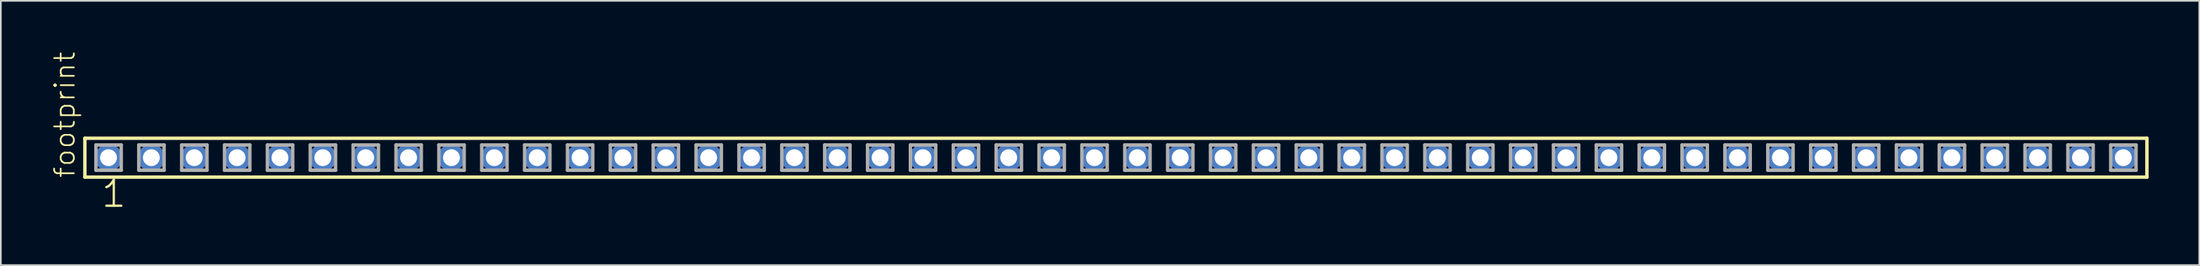
<source format=kicad_pcb>
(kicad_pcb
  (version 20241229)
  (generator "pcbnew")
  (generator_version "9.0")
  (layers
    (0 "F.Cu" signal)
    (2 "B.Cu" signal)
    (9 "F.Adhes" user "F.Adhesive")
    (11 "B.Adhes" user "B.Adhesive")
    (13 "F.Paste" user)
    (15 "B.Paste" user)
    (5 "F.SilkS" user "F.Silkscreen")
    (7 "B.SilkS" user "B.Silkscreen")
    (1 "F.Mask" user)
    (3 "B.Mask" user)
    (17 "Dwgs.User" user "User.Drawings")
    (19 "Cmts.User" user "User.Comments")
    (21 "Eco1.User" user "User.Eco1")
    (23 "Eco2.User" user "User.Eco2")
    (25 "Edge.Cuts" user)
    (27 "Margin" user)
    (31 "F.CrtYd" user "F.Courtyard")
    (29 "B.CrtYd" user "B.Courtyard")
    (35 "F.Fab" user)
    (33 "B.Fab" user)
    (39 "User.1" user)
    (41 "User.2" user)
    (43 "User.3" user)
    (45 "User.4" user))
  (footprint "footprint"
    (layer "F.Cu")
    (at 63.068 6.312)
    (property "Reference" "footprint" (at -61.595 1.27 90) (layer "F.SilkS") (effects (font (size 1.168 1.168) (thickness 0.102)) (justify left bottom)))
    (fp_line (start -61.089 -1.155) (end 61.089 -1.155) (stroke (width 0.203) (type solid)) (layer "F.SilkS"))
    (fp_line (start -61.089 1.155) (end -61.089 -1.155) (stroke (width 0.203) (type solid)) (layer "F.SilkS"))
    (fp_line (start 61.089 -1.155) (end 61.089 1.155) (stroke (width 0.203) (type solid)) (layer "F.SilkS"))
    (fp_line (start 61.089 1.155) (end -61.089 1.155) (stroke (width 0.203) (type solid)) (layer "F.SilkS"))
    (fp_line (start -60.435 -0.755) (end -58.935 -0.755) (stroke (width 0.203) (type solid)) (layer "F.Fab"))
    (fp_line (start -60.435 0.745) (end -60.435 -0.755) (stroke (width 0.203) (type solid)) (layer "F.Fab"))
    (fp_line (start -58.935 -0.755) (end -58.935 0.745) (stroke (width 0.203) (type solid)) (layer "F.Fab"))
    (fp_line (start -58.935 0.745) (end -60.435 0.745) (stroke (width 0.203) (type solid)) (layer "F.Fab"))
    (fp_line (start -57.895 -0.755) (end -56.395 -0.755) (stroke (width 0.203) (type solid)) (layer "F.Fab"))
    (fp_line (start -57.895 0.745) (end -57.895 -0.755) (stroke (width 0.203) (type solid)) (layer "F.Fab"))
    (fp_line (start -56.395 -0.755) (end -56.395 0.745) (stroke (width 0.203) (type solid)) (layer "F.Fab"))
    (fp_line (start -56.395 0.745) (end -57.895 0.745) (stroke (width 0.203) (type solid)) (layer "F.Fab"))
    (fp_line (start -55.355 -0.755) (end -53.855 -0.755) (stroke (width 0.203) (type solid)) (layer "F.Fab"))
    (fp_line (start -55.355 0.745) (end -55.355 -0.755) (stroke (width 0.203) (type solid)) (layer "F.Fab"))
    (fp_line (start -53.855 -0.755) (end -53.855 0.745) (stroke (width 0.203) (type solid)) (layer "F.Fab"))
    (fp_line (start -53.855 0.745) (end -55.355 0.745) (stroke (width 0.203) (type solid)) (layer "F.Fab"))
    (fp_line (start -52.815 -0.755) (end -51.315 -0.755) (stroke (width 0.203) (type solid)) (layer "F.Fab"))
    (fp_line (start -52.815 0.745) (end -52.815 -0.755) (stroke (width 0.203) (type solid)) (layer "F.Fab"))
    (fp_line (start -51.315 -0.755) (end -51.315 0.745) (stroke (width 0.203) (type solid)) (layer "F.Fab"))
    (fp_line (start -51.315 0.745) (end -52.815 0.745) (stroke (width 0.203) (type solid)) (layer "F.Fab"))
    (fp_line (start -50.275 -0.755) (end -48.775 -0.755) (stroke (width 0.203) (type solid)) (layer "F.Fab"))
    (fp_line (start -50.275 0.745) (end -50.275 -0.755) (stroke (width 0.203) (type solid)) (layer "F.Fab"))
    (fp_line (start -48.775 -0.755) (end -48.775 0.745) (stroke (width 0.203) (type solid)) (layer "F.Fab"))
    (fp_line (start -48.775 0.745) (end -50.275 0.745) (stroke (width 0.203) (type solid)) (layer "F.Fab"))
    (fp_line (start -47.735 -0.755) (end -46.235 -0.755) (stroke (width 0.203) (type solid)) (layer "F.Fab"))
    (fp_line (start -47.735 0.745) (end -47.735 -0.755) (stroke (width 0.203) (type solid)) (layer "F.Fab"))
    (fp_line (start -46.235 -0.755) (end -46.235 0.745) (stroke (width 0.203) (type solid)) (layer "F.Fab"))
    (fp_line (start -46.235 0.745) (end -47.735 0.745) (stroke (width 0.203) (type solid)) (layer "F.Fab"))
    (fp_line (start -45.195 -0.755) (end -43.695 -0.755) (stroke (width 0.203) (type solid)) (layer "F.Fab"))
    (fp_line (start -45.195 0.745) (end -45.195 -0.755) (stroke (width 0.203) (type solid)) (layer "F.Fab"))
    (fp_line (start -43.695 -0.755) (end -43.695 0.745) (stroke (width 0.203) (type solid)) (layer "F.Fab"))
    (fp_line (start -43.695 0.745) (end -45.195 0.745) (stroke (width 0.203) (type solid)) (layer "F.Fab"))
    (fp_line (start -42.655 -0.755) (end -41.155 -0.755) (stroke (width 0.203) (type solid)) (layer "F.Fab"))
    (fp_line (start -42.655 0.745) (end -42.655 -0.755) (stroke (width 0.203) (type solid)) (layer "F.Fab"))
    (fp_line (start -41.155 -0.755) (end -41.155 0.745) (stroke (width 0.203) (type solid)) (layer "F.Fab"))
    (fp_line (start -41.155 0.745) (end -42.655 0.745) (stroke (width 0.203) (type solid)) (layer "F.Fab"))
    (fp_line (start -40.115 -0.755) (end -38.615 -0.755) (stroke (width 0.203) (type solid)) (layer "F.Fab"))
    (fp_line (start -40.115 0.745) (end -40.115 -0.755) (stroke (width 0.203) (type solid)) (layer "F.Fab"))
    (fp_line (start -38.615 -0.755) (end -38.615 0.745) (stroke (width 0.203) (type solid)) (layer "F.Fab"))
    (fp_line (start -38.615 0.745) (end -40.115 0.745) (stroke (width 0.203) (type solid)) (layer "F.Fab"))
    (fp_line (start -37.575 -0.755) (end -36.075 -0.755) (stroke (width 0.203) (type solid)) (layer "F.Fab"))
    (fp_line (start -37.575 0.745) (end -37.575 -0.755) (stroke (width 0.203) (type solid)) (layer "F.Fab"))
    (fp_line (start -36.075 -0.755) (end -36.075 0.745) (stroke (width 0.203) (type solid)) (layer "F.Fab"))
    (fp_line (start -36.075 0.745) (end -37.575 0.745) (stroke (width 0.203) (type solid)) (layer "F.Fab"))
    (fp_line (start -35.035 -0.755) (end -33.535 -0.755) (stroke (width 0.203) (type solid)) (layer "F.Fab"))
    (fp_line (start -35.035 0.745) (end -35.035 -0.755) (stroke (width 0.203) (type solid)) (layer "F.Fab"))
    (fp_line (start -33.535 -0.755) (end -33.535 0.745) (stroke (width 0.203) (type solid)) (layer "F.Fab"))
    (fp_line (start -33.535 0.745) (end -35.035 0.745) (stroke (width 0.203) (type solid)) (layer "F.Fab"))
    (fp_line (start -32.495 -0.755) (end -30.995 -0.755) (stroke (width 0.203) (type solid)) (layer "F.Fab"))
    (fp_line (start -32.495 0.745) (end -32.495 -0.755) (stroke (width 0.203) (type solid)) (layer "F.Fab"))
    (fp_line (start -30.995 -0.755) (end -30.995 0.745) (stroke (width 0.203) (type solid)) (layer "F.Fab"))
    (fp_line (start -30.995 0.745) (end -32.495 0.745) (stroke (width 0.203) (type solid)) (layer "F.Fab"))
    (fp_line (start -29.955 -0.755) (end -28.455 -0.755) (stroke (width 0.203) (type solid)) (layer "F.Fab"))
    (fp_line (start -29.955 0.745) (end -29.955 -0.755) (stroke (width 0.203) (type solid)) (layer "F.Fab"))
    (fp_line (start -28.455 -0.755) (end -28.455 0.745) (stroke (width 0.203) (type solid)) (layer "F.Fab"))
    (fp_line (start -28.455 0.745) (end -29.955 0.745) (stroke (width 0.203) (type solid)) (layer "F.Fab"))
    (fp_line (start -27.415 -0.755) (end -25.915 -0.755) (stroke (width 0.203) (type solid)) (layer "F.Fab"))
    (fp_line (start -27.415 0.745) (end -27.415 -0.755) (stroke (width 0.203) (type solid)) (layer "F.Fab"))
    (fp_line (start -25.915 -0.755) (end -25.915 0.745) (stroke (width 0.203) (type solid)) (layer "F.Fab"))
    (fp_line (start -25.915 0.745) (end -27.415 0.745) (stroke (width 0.203) (type solid)) (layer "F.Fab"))
    (fp_line (start -24.875 -0.755) (end -23.375 -0.755) (stroke (width 0.203) (type solid)) (layer "F.Fab"))
    (fp_line (start -24.875 0.745) (end -24.875 -0.755) (stroke (width 0.203) (type solid)) (layer "F.Fab"))
    (fp_line (start -23.375 -0.755) (end -23.375 0.745) (stroke (width 0.203) (type solid)) (layer "F.Fab"))
    (fp_line (start -23.375 0.745) (end -24.875 0.745) (stroke (width 0.203) (type solid)) (layer "F.Fab"))
    (fp_line (start -22.335 -0.755) (end -20.835 -0.755) (stroke (width 0.203) (type solid)) (layer "F.Fab"))
    (fp_line (start -22.335 0.745) (end -22.335 -0.755) (stroke (width 0.203) (type solid)) (layer "F.Fab"))
    (fp_line (start -20.835 -0.755) (end -20.835 0.745) (stroke (width 0.203) (type solid)) (layer "F.Fab"))
    (fp_line (start -20.835 0.745) (end -22.335 0.745) (stroke (width 0.203) (type solid)) (layer "F.Fab"))
    (fp_line (start -19.795 -0.755) (end -18.295 -0.755) (stroke (width 0.203) (type solid)) (layer "F.Fab"))
    (fp_line (start -19.795 0.745) (end -19.795 -0.755) (stroke (width 0.203) (type solid)) (layer "F.Fab"))
    (fp_line (start -18.295 -0.755) (end -18.295 0.745) (stroke (width 0.203) (type solid)) (layer "F.Fab"))
    (fp_line (start -18.295 0.745) (end -19.795 0.745) (stroke (width 0.203) (type solid)) (layer "F.Fab"))
    (fp_line (start -17.255 -0.755) (end -15.755 -0.755) (stroke (width 0.203) (type solid)) (layer "F.Fab"))
    (fp_line (start -17.255 0.745) (end -17.255 -0.755) (stroke (width 0.203) (type solid)) (layer "F.Fab"))
    (fp_line (start -15.755 -0.755) (end -15.755 0.745) (stroke (width 0.203) (type solid)) (layer "F.Fab"))
    (fp_line (start -15.755 0.745) (end -17.255 0.745) (stroke (width 0.203) (type solid)) (layer "F.Fab"))
    (fp_line (start -14.715 -0.755) (end -13.215 -0.755) (stroke (width 0.203) (type solid)) (layer "F.Fab"))
    (fp_line (start -14.715 0.745) (end -14.715 -0.755) (stroke (width 0.203) (type solid)) (layer "F.Fab"))
    (fp_line (start -13.215 -0.755) (end -13.215 0.745) (stroke (width 0.203) (type solid)) (layer "F.Fab"))
    (fp_line (start -13.215 0.745) (end -14.715 0.745) (stroke (width 0.203) (type solid)) (layer "F.Fab"))
    (fp_line (start -12.175 -0.755) (end -10.675 -0.755) (stroke (width 0.203) (type solid)) (layer "F.Fab"))
    (fp_line (start -12.175 0.745) (end -12.175 -0.755) (stroke (width 0.203) (type solid)) (layer "F.Fab"))
    (fp_line (start -10.675 -0.755) (end -10.675 0.745) (stroke (width 0.203) (type solid)) (layer "F.Fab"))
    (fp_line (start -10.675 0.745) (end -12.175 0.745) (stroke (width 0.203) (type solid)) (layer "F.Fab"))
    (fp_line (start -9.635 -0.755) (end -8.135 -0.755) (stroke (width 0.203) (type solid)) (layer "F.Fab"))
    (fp_line (start -9.635 0.745) (end -9.635 -0.755) (stroke (width 0.203) (type solid)) (layer "F.Fab"))
    (fp_line (start -8.135 -0.755) (end -8.135 0.745) (stroke (width 0.203) (type solid)) (layer "F.Fab"))
    (fp_line (start -8.135 0.745) (end -9.635 0.745) (stroke (width 0.203) (type solid)) (layer "F.Fab"))
    (fp_line (start -7.095 -0.755) (end -5.595 -0.755) (stroke (width 0.203) (type solid)) (layer "F.Fab"))
    (fp_line (start -7.095 0.745) (end -7.095 -0.755) (stroke (width 0.203) (type solid)) (layer "F.Fab"))
    (fp_line (start -5.595 -0.755) (end -5.595 0.745) (stroke (width 0.203) (type solid)) (layer "F.Fab"))
    (fp_line (start -5.595 0.745) (end -7.095 0.745) (stroke (width 0.203) (type solid)) (layer "F.Fab"))
    (fp_line (start -4.555 -0.755) (end -3.055 -0.755) (stroke (width 0.203) (type solid)) (layer "F.Fab"))
    (fp_line (start -4.555 0.745) (end -4.555 -0.755) (stroke (width 0.203) (type solid)) (layer "F.Fab"))
    (fp_line (start -3.055 -0.755) (end -3.055 0.745) (stroke (width 0.203) (type solid)) (layer "F.Fab"))
    (fp_line (start -3.055 0.745) (end -4.555 0.745) (stroke (width 0.203) (type solid)) (layer "F.Fab"))
    (fp_line (start -2.015 -0.755) (end -0.515 -0.755) (stroke (width 0.203) (type solid)) (layer "F.Fab"))
    (fp_line (start -2.015 0.745) (end -2.015 -0.755) (stroke (width 0.203) (type solid)) (layer "F.Fab"))
    (fp_line (start -0.515 -0.755) (end -0.515 0.745) (stroke (width 0.203) (type solid)) (layer "F.Fab"))
    (fp_line (start -0.515 0.745) (end -2.015 0.745) (stroke (width 0.203) (type solid)) (layer "F.Fab"))
    (fp_line (start 0.525 -0.755) (end 2.025 -0.755) (stroke (width 0.203) (type solid)) (layer "F.Fab"))
    (fp_line (start 0.525 0.745) (end 0.525 -0.755) (stroke (width 0.203) (type solid)) (layer "F.Fab"))
    (fp_line (start 2.025 -0.755) (end 2.025 0.745) (stroke (width 0.203) (type solid)) (layer "F.Fab"))
    (fp_line (start 2.025 0.745) (end 0.525 0.745) (stroke (width 0.203) (type solid)) (layer "F.Fab"))
    (fp_line (start 3.065 -0.755) (end 4.565 -0.755) (stroke (width 0.203) (type solid)) (layer "F.Fab"))
    (fp_line (start 3.065 0.745) (end 3.065 -0.755) (stroke (width 0.203) (type solid)) (layer "F.Fab"))
    (fp_line (start 4.565 -0.755) (end 4.565 0.745) (stroke (width 0.203) (type solid)) (layer "F.Fab"))
    (fp_line (start 4.565 0.745) (end 3.065 0.745) (stroke (width 0.203) (type solid)) (layer "F.Fab"))
    (fp_line (start 5.605 -0.755) (end 7.105 -0.755) (stroke (width 0.203) (type solid)) (layer "F.Fab"))
    (fp_line (start 5.605 0.745) (end 5.605 -0.755) (stroke (width 0.203) (type solid)) (layer "F.Fab"))
    (fp_line (start 7.105 -0.755) (end 7.105 0.745) (stroke (width 0.203) (type solid)) (layer "F.Fab"))
    (fp_line (start 7.105 0.745) (end 5.605 0.745) (stroke (width 0.203) (type solid)) (layer "F.Fab"))
    (fp_line (start 8.145 -0.755) (end 9.645 -0.755) (stroke (width 0.203) (type solid)) (layer "F.Fab"))
    (fp_line (start 8.145 0.745) (end 8.145 -0.755) (stroke (width 0.203) (type solid)) (layer "F.Fab"))
    (fp_line (start 9.645 -0.755) (end 9.645 0.745) (stroke (width 0.203) (type solid)) (layer "F.Fab"))
    (fp_line (start 9.645 0.745) (end 8.145 0.745) (stroke (width 0.203) (type solid)) (layer "F.Fab"))
    (fp_line (start 10.685 -0.755) (end 12.185 -0.755) (stroke (width 0.203) (type solid)) (layer "F.Fab"))
    (fp_line (start 10.685 0.745) (end 10.685 -0.755) (stroke (width 0.203) (type solid)) (layer "F.Fab"))
    (fp_line (start 12.185 -0.755) (end 12.185 0.745) (stroke (width 0.203) (type solid)) (layer "F.Fab"))
    (fp_line (start 12.185 0.745) (end 10.685 0.745) (stroke (width 0.203) (type solid)) (layer "F.Fab"))
    (fp_line (start 13.225 -0.755) (end 14.725 -0.755) (stroke (width 0.203) (type solid)) (layer "F.Fab"))
    (fp_line (start 13.225 0.745) (end 13.225 -0.755) (stroke (width 0.203) (type solid)) (layer "F.Fab"))
    (fp_line (start 14.725 -0.755) (end 14.725 0.745) (stroke (width 0.203) (type solid)) (layer "F.Fab"))
    (fp_line (start 14.725 0.745) (end 13.225 0.745) (stroke (width 0.203) (type solid)) (layer "F.Fab"))
    (fp_line (start 15.765 -0.755) (end 17.265 -0.755) (stroke (width 0.203) (type solid)) (layer "F.Fab"))
    (fp_line (start 15.765 0.745) (end 15.765 -0.755) (stroke (width 0.203) (type solid)) (layer "F.Fab"))
    (fp_line (start 17.265 -0.755) (end 17.265 0.745) (stroke (width 0.203) (type solid)) (layer "F.Fab"))
    (fp_line (start 17.265 0.745) (end 15.765 0.745) (stroke (width 0.203) (type solid)) (layer "F.Fab"))
    (fp_line (start 18.305 -0.755) (end 19.805 -0.755) (stroke (width 0.203) (type solid)) (layer "F.Fab"))
    (fp_line (start 18.305 0.745) (end 18.305 -0.755) (stroke (width 0.203) (type solid)) (layer "F.Fab"))
    (fp_line (start 19.805 -0.755) (end 19.805 0.745) (stroke (width 0.203) (type solid)) (layer "F.Fab"))
    (fp_line (start 19.805 0.745) (end 18.305 0.745) (stroke (width 0.203) (type solid)) (layer "F.Fab"))
    (fp_line (start 20.845 -0.755) (end 22.345 -0.755) (stroke (width 0.203) (type solid)) (layer "F.Fab"))
    (fp_line (start 20.845 0.745) (end 20.845 -0.755) (stroke (width 0.203) (type solid)) (layer "F.Fab"))
    (fp_line (start 22.345 -0.755) (end 22.345 0.745) (stroke (width 0.203) (type solid)) (layer "F.Fab"))
    (fp_line (start 22.345 0.745) (end 20.845 0.745) (stroke (width 0.203) (type solid)) (layer "F.Fab"))
    (fp_line (start 23.385 -0.755) (end 24.885 -0.755) (stroke (width 0.203) (type solid)) (layer "F.Fab"))
    (fp_line (start 23.385 0.745) (end 23.385 -0.755) (stroke (width 0.203) (type solid)) (layer "F.Fab"))
    (fp_line (start 24.885 -0.755) (end 24.885 0.745) (stroke (width 0.203) (type solid)) (layer "F.Fab"))
    (fp_line (start 24.885 0.745) (end 23.385 0.745) (stroke (width 0.203) (type solid)) (layer "F.Fab"))
    (fp_line (start 25.925 -0.755) (end 27.425 -0.755) (stroke (width 0.203) (type solid)) (layer "F.Fab"))
    (fp_line (start 25.925 0.745) (end 25.925 -0.755) (stroke (width 0.203) (type solid)) (layer "F.Fab"))
    (fp_line (start 27.425 -0.755) (end 27.425 0.745) (stroke (width 0.203) (type solid)) (layer "F.Fab"))
    (fp_line (start 27.425 0.745) (end 25.925 0.745) (stroke (width 0.203) (type solid)) (layer "F.Fab"))
    (fp_line (start 28.465 -0.755) (end 29.965 -0.755) (stroke (width 0.203) (type solid)) (layer "F.Fab"))
    (fp_line (start 28.465 0.745) (end 28.465 -0.755) (stroke (width 0.203) (type solid)) (layer "F.Fab"))
    (fp_line (start 29.965 -0.755) (end 29.965 0.745) (stroke (width 0.203) (type solid)) (layer "F.Fab"))
    (fp_line (start 29.965 0.745) (end 28.465 0.745) (stroke (width 0.203) (type solid)) (layer "F.Fab"))
    (fp_line (start 31.005 -0.755) (end 32.505 -0.755) (stroke (width 0.203) (type solid)) (layer "F.Fab"))
    (fp_line (start 31.005 0.745) (end 31.005 -0.755) (stroke (width 0.203) (type solid)) (layer "F.Fab"))
    (fp_line (start 32.505 -0.755) (end 32.505 0.745) (stroke (width 0.203) (type solid)) (layer "F.Fab"))
    (fp_line (start 32.505 0.745) (end 31.005 0.745) (stroke (width 0.203) (type solid)) (layer "F.Fab"))
    (fp_line (start 33.545 -0.755) (end 35.045 -0.755) (stroke (width 0.203) (type solid)) (layer "F.Fab"))
    (fp_line (start 33.545 0.745) (end 33.545 -0.755) (stroke (width 0.203) (type solid)) (layer "F.Fab"))
    (fp_line (start 35.045 -0.755) (end 35.045 0.745) (stroke (width 0.203) (type solid)) (layer "F.Fab"))
    (fp_line (start 35.045 0.745) (end 33.545 0.745) (stroke (width 0.203) (type solid)) (layer "F.Fab"))
    (fp_line (start 36.085 -0.755) (end 37.585 -0.755) (stroke (width 0.203) (type solid)) (layer "F.Fab"))
    (fp_line (start 36.085 0.745) (end 36.085 -0.755) (stroke (width 0.203) (type solid)) (layer "F.Fab"))
    (fp_line (start 37.585 -0.755) (end 37.585 0.745) (stroke (width 0.203) (type solid)) (layer "F.Fab"))
    (fp_line (start 37.585 0.745) (end 36.085 0.745) (stroke (width 0.203) (type solid)) (layer "F.Fab"))
    (fp_line (start 38.625 -0.755) (end 40.125 -0.755) (stroke (width 0.203) (type solid)) (layer "F.Fab"))
    (fp_line (start 38.625 0.745) (end 38.625 -0.755) (stroke (width 0.203) (type solid)) (layer "F.Fab"))
    (fp_line (start 40.125 -0.755) (end 40.125 0.745) (stroke (width 0.203) (type solid)) (layer "F.Fab"))
    (fp_line (start 40.125 0.745) (end 38.625 0.745) (stroke (width 0.203) (type solid)) (layer "F.Fab"))
    (fp_line (start 41.165 -0.755) (end 42.665 -0.755) (stroke (width 0.203) (type solid)) (layer "F.Fab"))
    (fp_line (start 41.165 0.745) (end 41.165 -0.755) (stroke (width 0.203) (type solid)) (layer "F.Fab"))
    (fp_line (start 42.665 -0.755) (end 42.665 0.745) (stroke (width 0.203) (type solid)) (layer "F.Fab"))
    (fp_line (start 42.665 0.745) (end 41.165 0.745) (stroke (width 0.203) (type solid)) (layer "F.Fab"))
    (fp_line (start 43.705 -0.755) (end 45.205 -0.755) (stroke (width 0.203) (type solid)) (layer "F.Fab"))
    (fp_line (start 43.705 0.745) (end 43.705 -0.755) (stroke (width 0.203) (type solid)) (layer "F.Fab"))
    (fp_line (start 45.205 -0.755) (end 45.205 0.745) (stroke (width 0.203) (type solid)) (layer "F.Fab"))
    (fp_line (start 45.205 0.745) (end 43.705 0.745) (stroke (width 0.203) (type solid)) (layer "F.Fab"))
    (fp_line (start 46.245 -0.755) (end 47.745 -0.755) (stroke (width 0.203) (type solid)) (layer "F.Fab"))
    (fp_line (start 46.245 0.745) (end 46.245 -0.755) (stroke (width 0.203) (type solid)) (layer "F.Fab"))
    (fp_line (start 47.745 -0.755) (end 47.745 0.745) (stroke (width 0.203) (type solid)) (layer "F.Fab"))
    (fp_line (start 47.745 0.745) (end 46.245 0.745) (stroke (width 0.203) (type solid)) (layer "F.Fab"))
    (fp_line (start 48.785 -0.755) (end 50.285 -0.755) (stroke (width 0.203) (type solid)) (layer "F.Fab"))
    (fp_line (start 48.785 0.745) (end 48.785 -0.755) (stroke (width 0.203) (type solid)) (layer "F.Fab"))
    (fp_line (start 50.285 -0.755) (end 50.285 0.745) (stroke (width 0.203) (type solid)) (layer "F.Fab"))
    (fp_line (start 50.285 0.745) (end 48.785 0.745) (stroke (width 0.203) (type solid)) (layer "F.Fab"))
    (fp_line (start 51.325 -0.755) (end 52.825 -0.755) (stroke (width 0.203) (type solid)) (layer "F.Fab"))
    (fp_line (start 51.325 0.745) (end 51.325 -0.755) (stroke (width 0.203) (type solid)) (layer "F.Fab"))
    (fp_line (start 52.825 -0.755) (end 52.825 0.745) (stroke (width 0.203) (type solid)) (layer "F.Fab"))
    (fp_line (start 52.825 0.745) (end 51.325 0.745) (stroke (width 0.203) (type solid)) (layer "F.Fab"))
    (fp_line (start 53.865 -0.755) (end 55.365 -0.755) (stroke (width 0.203) (type solid)) (layer "F.Fab"))
    (fp_line (start 53.865 0.745) (end 53.865 -0.755) (stroke (width 0.203) (type solid)) (layer "F.Fab"))
    (fp_line (start 55.365 -0.755) (end 55.365 0.745) (stroke (width 0.203) (type solid)) (layer "F.Fab"))
    (fp_line (start 55.365 0.745) (end 53.865 0.745) (stroke (width 0.203) (type solid)) (layer "F.Fab"))
    (fp_line (start 56.405 -0.755) (end 57.905 -0.755) (stroke (width 0.203) (type solid)) (layer "F.Fab"))
    (fp_line (start 56.405 0.745) (end 56.405 -0.755) (stroke (width 0.203) (type solid)) (layer "F.Fab"))
    (fp_line (start 57.905 -0.755) (end 57.905 0.745) (stroke (width 0.203) (type solid)) (layer "F.Fab"))
    (fp_line (start 57.905 0.745) (end 56.405 0.745) (stroke (width 0.203) (type solid)) (layer "F.Fab"))
    (fp_line (start 58.945 -0.755) (end 60.445 -0.755) (stroke (width 0.203) (type solid)) (layer "F.Fab"))
    (fp_line (start 58.945 0.745) (end 58.945 -0.755) (stroke (width 0.203) (type solid)) (layer "F.Fab"))
    (fp_line (start 60.445 -0.755) (end 60.445 0.745) (stroke (width 0.203) (type solid)) (layer "F.Fab"))
    (fp_line (start 60.445 0.745) (end 58.945 0.745) (stroke (width 0.203) (type solid)) (layer "F.Fab"))
    (fp_text user "1" (at -60.198 3.048 0) (layer "F.SilkS") (effects (font (size 1.542 1.542) (thickness 0.134)) (justify left bottom)))
    (pad "1" thru_hole roundrect (at -59.69 0) (size 1.5 1.5) (drill 1) (layers "*.Cu" "*.Mask") (roundrect_rratio 0.25) (chamfer_ratio 0.25) (chamfer top_left top_right bottom_left bottom_right))
    (pad "2" thru_hole roundrect (at -57.15 0) (size 1.5 1.5) (drill 1) (layers "*.Cu" "*.Mask") (roundrect_rratio 0.25) (chamfer_ratio 0.25) (chamfer top_left top_right bottom_left bottom_right))
    (pad "3" thru_hole roundrect (at -54.61 0) (size 1.5 1.5) (drill 1) (layers "*.Cu" "*.Mask") (roundrect_rratio 0.25) (chamfer_ratio 0.25) (chamfer top_left top_right bottom_left bottom_right))
    (pad "4" thru_hole roundrect (at -52.07 0) (size 1.5 1.5) (drill 1) (layers "*.Cu" "*.Mask") (roundrect_rratio 0.25) (chamfer_ratio 0.25) (chamfer top_left top_right bottom_left bottom_right))
    (pad "5" thru_hole roundrect (at -49.53 0) (size 1.5 1.5) (drill 1) (layers "*.Cu" "*.Mask") (roundrect_rratio 0.25) (chamfer_ratio 0.25) (chamfer top_left top_right bottom_left bottom_right))
    (pad "6" thru_hole roundrect (at -46.99 0) (size 1.5 1.5) (drill 1) (layers "*.Cu" "*.Mask") (roundrect_rratio 0.25) (chamfer_ratio 0.25) (chamfer top_left top_right bottom_left bottom_right))
    (pad "7" thru_hole roundrect (at -44.45 0) (size 1.5 1.5) (drill 1) (layers "*.Cu" "*.Mask") (roundrect_rratio 0.25) (chamfer_ratio 0.25) (chamfer top_left top_right bottom_left bottom_right))
    (pad "8" thru_hole roundrect (at -41.91 0) (size 1.5 1.5) (drill 1) (layers "*.Cu" "*.Mask") (roundrect_rratio 0.25) (chamfer_ratio 0.25) (chamfer top_left top_right bottom_left bottom_right))
    (pad "9" thru_hole roundrect (at -39.37 0) (size 1.5 1.5) (drill 1) (layers "*.Cu" "*.Mask") (roundrect_rratio 0.25) (chamfer_ratio 0.25) (chamfer top_left top_right bottom_left bottom_right))
    (pad "10" thru_hole roundrect (at -36.83 0) (size 1.5 1.5) (drill 1) (layers "*.Cu" "*.Mask") (roundrect_rratio 0.25) (chamfer_ratio 0.25) (chamfer top_left top_right bottom_left bottom_right))
    (pad "11" thru_hole roundrect (at -34.29 0) (size 1.5 1.5) (drill 1) (layers "*.Cu" "*.Mask") (roundrect_rratio 0.25) (chamfer_ratio 0.25) (chamfer top_left top_right bottom_left bottom_right))
    (pad "12" thru_hole roundrect (at -31.75 0) (size 1.5 1.5) (drill 1) (layers "*.Cu" "*.Mask") (roundrect_rratio 0.25) (chamfer_ratio 0.25) (chamfer top_left top_right bottom_left bottom_right))
    (pad "13" thru_hole roundrect (at -29.21 0) (size 1.5 1.5) (drill 1) (layers "*.Cu" "*.Mask") (roundrect_rratio 0.25) (chamfer_ratio 0.25) (chamfer top_left top_right bottom_left bottom_right))
    (pad "14" thru_hole roundrect (at -26.67 0) (size 1.5 1.5) (drill 1) (layers "*.Cu" "*.Mask") (roundrect_rratio 0.25) (chamfer_ratio 0.25) (chamfer top_left top_right bottom_left bottom_right))
    (pad "15" thru_hole roundrect (at -24.13 0) (size 1.5 1.5) (drill 1) (layers "*.Cu" "*.Mask") (roundrect_rratio 0.25) (chamfer_ratio 0.25) (chamfer top_left top_right bottom_left bottom_right))
    (pad "16" thru_hole roundrect (at -21.59 0) (size 1.5 1.5) (drill 1) (layers "*.Cu" "*.Mask") (roundrect_rratio 0.25) (chamfer_ratio 0.25) (chamfer top_left top_right bottom_left bottom_right))
    (pad "17" thru_hole roundrect (at -19.05 0) (size 1.5 1.5) (drill 1) (layers "*.Cu" "*.Mask") (roundrect_rratio 0.25) (chamfer_ratio 0.25) (chamfer top_left top_right bottom_left bottom_right))
    (pad "18" thru_hole roundrect (at -16.51 0) (size 1.5 1.5) (drill 1) (layers "*.Cu" "*.Mask") (roundrect_rratio 0.25) (chamfer_ratio 0.25) (chamfer top_left top_right bottom_left bottom_right))
    (pad "19" thru_hole roundrect (at -13.97 0) (size 1.5 1.5) (drill 1) (layers "*.Cu" "*.Mask") (roundrect_rratio 0.25) (chamfer_ratio 0.25) (chamfer top_left top_right bottom_left bottom_right))
    (pad "20" thru_hole roundrect (at -11.43 0) (size 1.5 1.5) (drill 1) (layers "*.Cu" "*.Mask") (roundrect_rratio 0.25) (chamfer_ratio 0.25) (chamfer top_left top_right bottom_left bottom_right))
    (pad "21" thru_hole roundrect (at -8.89 0) (size 1.5 1.5) (drill 1) (layers "*.Cu" "*.Mask") (roundrect_rratio 0.25) (chamfer_ratio 0.25) (chamfer top_left top_right bottom_left bottom_right))
    (pad "22" thru_hole roundrect (at -6.35 0) (size 1.5 1.5) (drill 1) (layers "*.Cu" "*.Mask") (roundrect_rratio 0.25) (chamfer_ratio 0.25) (chamfer top_left top_right bottom_left bottom_right))
    (pad "23" thru_hole roundrect (at -3.81 0) (size 1.5 1.5) (drill 1) (layers "*.Cu" "*.Mask") (roundrect_rratio 0.25) (chamfer_ratio 0.25) (chamfer top_left top_right bottom_left bottom_right))
    (pad "24" thru_hole roundrect (at -1.27 0) (size 1.5 1.5) (drill 1) (layers "*.Cu" "*.Mask") (roundrect_rratio 0.25) (chamfer_ratio 0.25) (chamfer top_left top_right bottom_left bottom_right))
    (pad "25" thru_hole roundrect (at 1.27 0) (size 1.5 1.5) (drill 1) (layers "*.Cu" "*.Mask") (roundrect_rratio 0.25) (chamfer_ratio 0.25) (chamfer top_left top_right bottom_left bottom_right))
    (pad "26" thru_hole roundrect (at 3.81 0) (size 1.5 1.5) (drill 1) (layers "*.Cu" "*.Mask") (roundrect_rratio 0.25) (chamfer_ratio 0.25) (chamfer top_left top_right bottom_left bottom_right))
    (pad "27" thru_hole roundrect (at 6.35 0) (size 1.5 1.5) (drill 1) (layers "*.Cu" "*.Mask") (roundrect_rratio 0.25) (chamfer_ratio 0.25) (chamfer top_left top_right bottom_left bottom_right))
    (pad "28" thru_hole roundrect (at 8.89 0) (size 1.5 1.5) (drill 1) (layers "*.Cu" "*.Mask") (roundrect_rratio 0.25) (chamfer_ratio 0.25) (chamfer top_left top_right bottom_left bottom_right))
    (pad "29" thru_hole roundrect (at 11.43 0) (size 1.5 1.5) (drill 1) (layers "*.Cu" "*.Mask") (roundrect_rratio 0.25) (chamfer_ratio 0.25) (chamfer top_left top_right bottom_left bottom_right))
    (pad "30" thru_hole roundrect (at 13.97 0) (size 1.5 1.5) (drill 1) (layers "*.Cu" "*.Mask") (roundrect_rratio 0.25) (chamfer_ratio 0.25) (chamfer top_left top_right bottom_left bottom_right))
    (pad "31" thru_hole roundrect (at 16.51 0) (size 1.5 1.5) (drill 1) (layers "*.Cu" "*.Mask") (roundrect_rratio 0.25) (chamfer_ratio 0.25) (chamfer top_left top_right bottom_left bottom_right))
    (pad "32" thru_hole roundrect (at 19.05 0) (size 1.5 1.5) (drill 1) (layers "*.Cu" "*.Mask") (roundrect_rratio 0.25) (chamfer_ratio 0.25) (chamfer top_left top_right bottom_left bottom_right))
    (pad "33" thru_hole roundrect (at 21.59 0) (size 1.5 1.5) (drill 1) (layers "*.Cu" "*.Mask") (roundrect_rratio 0.25) (chamfer_ratio 0.25) (chamfer top_left top_right bottom_left bottom_right))
    (pad "34" thru_hole roundrect (at 24.13 0) (size 1.5 1.5) (drill 1) (layers "*.Cu" "*.Mask") (roundrect_rratio 0.25) (chamfer_ratio 0.25) (chamfer top_left top_right bottom_left bottom_right))
    (pad "35" thru_hole roundrect (at 26.67 0) (size 1.5 1.5) (drill 1) (layers "*.Cu" "*.Mask") (roundrect_rratio 0.25) (chamfer_ratio 0.25) (chamfer top_left top_right bottom_left bottom_right))
    (pad "36" thru_hole roundrect (at 29.21 0) (size 1.5 1.5) (drill 1) (layers "*.Cu" "*.Mask") (roundrect_rratio 0.25) (chamfer_ratio 0.25) (chamfer top_left top_right bottom_left bottom_right))
    (pad "37" thru_hole roundrect (at 31.75 0) (size 1.5 1.5) (drill 1) (layers "*.Cu" "*.Mask") (roundrect_rratio 0.25) (chamfer_ratio 0.25) (chamfer top_left top_right bottom_left bottom_right))
    (pad "38" thru_hole roundrect (at 34.29 0) (size 1.5 1.5) (drill 1) (layers "*.Cu" "*.Mask") (roundrect_rratio 0.25) (chamfer_ratio 0.25) (chamfer top_left top_right bottom_left bottom_right))
    (pad "39" thru_hole roundrect (at 36.83 0) (size 1.5 1.5) (drill 1) (layers "*.Cu" "*.Mask") (roundrect_rratio 0.25) (chamfer_ratio 0.25) (chamfer top_left top_right bottom_left bottom_right))
    (pad "40" thru_hole roundrect (at 39.37 0) (size 1.5 1.5) (drill 1) (layers "*.Cu" "*.Mask") (roundrect_rratio 0.25) (chamfer_ratio 0.25) (chamfer top_left top_right bottom_left bottom_right))
    (pad "41" thru_hole roundrect (at 41.91 0) (size 1.5 1.5) (drill 1) (layers "*.Cu" "*.Mask") (roundrect_rratio 0.25) (chamfer_ratio 0.25) (chamfer top_left top_right bottom_left bottom_right))
    (pad "42" thru_hole roundrect (at 44.45 0) (size 1.5 1.5) (drill 1) (layers "*.Cu" "*.Mask") (roundrect_rratio 0.25) (chamfer_ratio 0.25) (chamfer top_left top_right bottom_left bottom_right))
    (pad "43" thru_hole roundrect (at 46.99 0) (size 1.5 1.5) (drill 1) (layers "*.Cu" "*.Mask") (roundrect_rratio 0.25) (chamfer_ratio 0.25) (chamfer top_left top_right bottom_left bottom_right))
    (pad "44" thru_hole roundrect (at 49.53 0) (size 1.5 1.5) (drill 1) (layers "*.Cu" "*.Mask") (roundrect_rratio 0.25) (chamfer_ratio 0.25) (chamfer top_left top_right bottom_left bottom_right))
    (pad "45" thru_hole roundrect (at 52.07 0) (size 1.5 1.5) (drill 1) (layers "*.Cu" "*.Mask") (roundrect_rratio 0.25) (chamfer_ratio 0.25) (chamfer top_left top_right bottom_left bottom_right))
    (pad "46" thru_hole roundrect (at 54.61 0) (size 1.5 1.5) (drill 1) (layers "*.Cu" "*.Mask") (roundrect_rratio 0.25) (chamfer_ratio 0.25) (chamfer top_left top_right bottom_left bottom_right))
    (pad "47" thru_hole roundrect (at 57.15 0) (size 1.5 1.5) (drill 1) (layers "*.Cu" "*.Mask") (roundrect_rratio 0.25) (chamfer_ratio 0.25) (chamfer top_left top_right bottom_left bottom_right))
    (pad "48" thru_hole roundrect (at 59.69 0) (size 1.5 1.5) (drill 1) (layers "*.Cu" "*.Mask") (roundrect_rratio 0.25) (chamfer_ratio 0.25) (chamfer top_left top_right bottom_left bottom_right)))
  (gr_rect
    (start -3 -3)
    (end 127.259 12.691)
    (stroke (width 0.1) (type default))
    (fill no)
    (layer "Edge.Cuts")))
</source>
